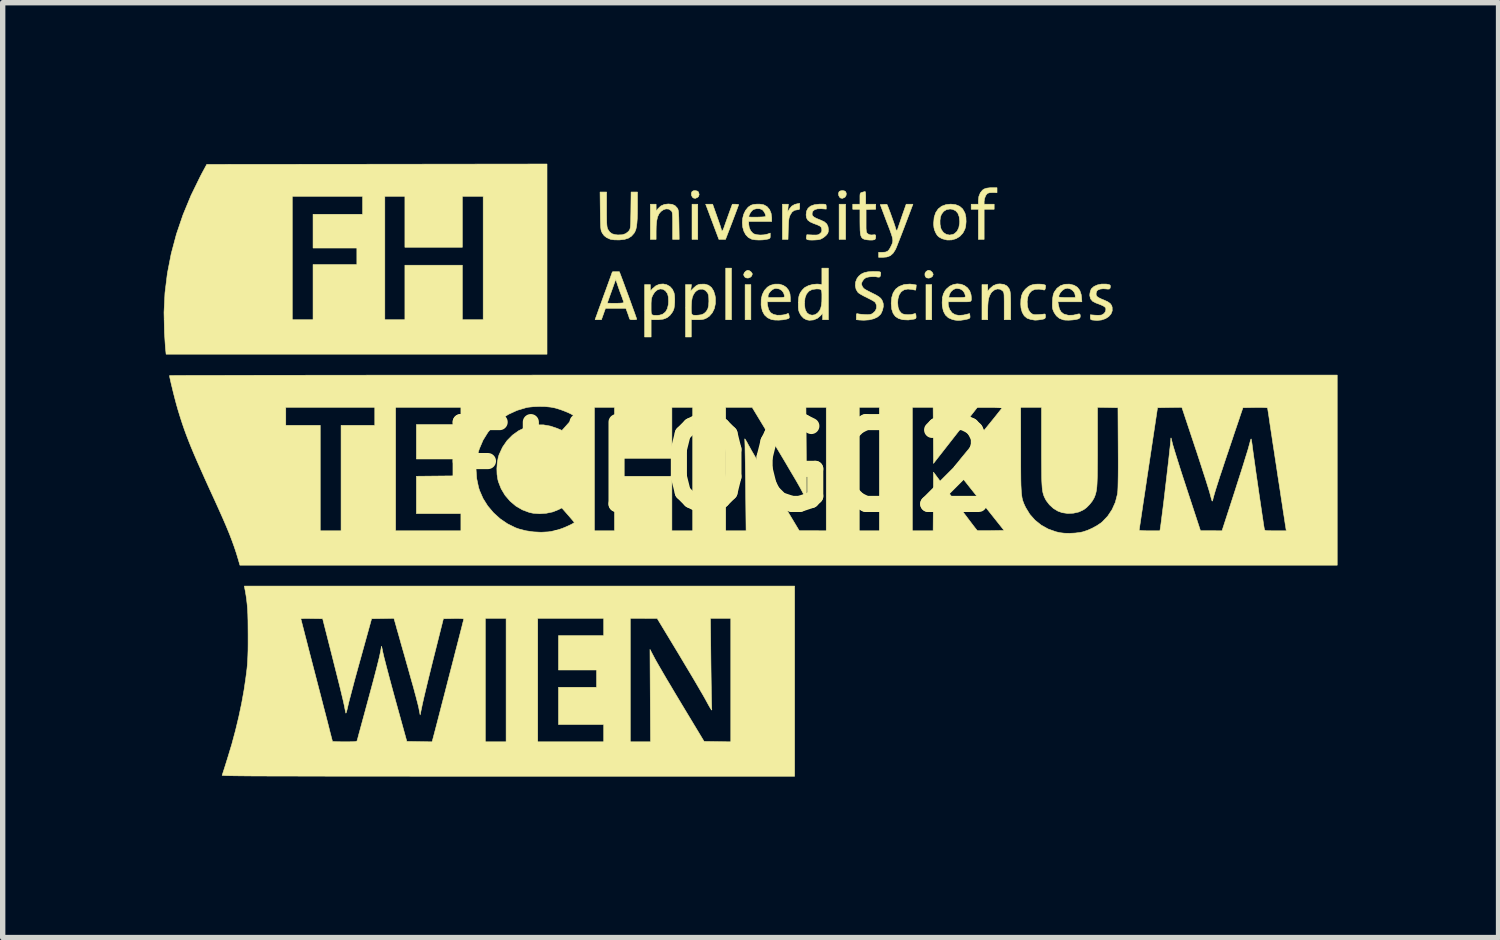
<source format=kicad_pcb>
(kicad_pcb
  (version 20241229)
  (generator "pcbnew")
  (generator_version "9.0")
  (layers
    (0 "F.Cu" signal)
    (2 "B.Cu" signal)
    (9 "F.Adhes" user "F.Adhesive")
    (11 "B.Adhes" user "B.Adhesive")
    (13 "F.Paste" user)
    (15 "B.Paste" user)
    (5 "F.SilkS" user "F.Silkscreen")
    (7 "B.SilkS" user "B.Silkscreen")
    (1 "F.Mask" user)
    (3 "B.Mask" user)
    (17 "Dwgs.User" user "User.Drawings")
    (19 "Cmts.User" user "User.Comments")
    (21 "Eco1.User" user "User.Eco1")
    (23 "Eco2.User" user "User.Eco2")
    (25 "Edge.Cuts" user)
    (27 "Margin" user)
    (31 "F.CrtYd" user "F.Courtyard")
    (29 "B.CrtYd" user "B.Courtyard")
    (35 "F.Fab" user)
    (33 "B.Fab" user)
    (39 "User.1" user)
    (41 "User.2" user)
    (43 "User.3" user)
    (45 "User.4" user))
  (footprint "FHLOGO2"
    (layer "F.Cu")
    (at 10.321 5.647)
    (property "Reference" "FHLOGO2" (at 0 0 0) (layer "F.SilkS") (effects (font (size 1.524 1.524) (thickness 0.3))))
    (attr through_hole)
    (fp_poly (pts (xy -0.374 -4.238) (xy -0.481 -4.238) (xy -0.481 -4.893) (xy -0.374 -4.893) (xy -0.374 -4.238)) (stroke (width 0.01) (type solid)) (fill yes) (layer "F.SilkS"))
    (fp_poly (pts (xy 0.254 -2.741) (xy 0.147 -2.741) (xy 0.147 -3.703) (xy 0.254 -3.703) (xy 0.254 -2.741)) (stroke (width 0.01) (type solid)) (fill yes) (layer "F.SilkS"))
    (fp_poly (pts (xy 0.615 -2.741) (xy 0.508 -2.741) (xy 0.508 -3.396) (xy 0.615 -3.396) (xy 0.615 -2.741)) (stroke (width 0.01) (type solid)) (fill yes) (layer "F.SilkS"))
    (fp_poly (pts (xy 2.38 -4.238) (xy 2.259 -4.238) (xy 2.259 -4.893) (xy 2.38 -4.893) (xy 2.38 -4.238)) (stroke (width 0.01) (type solid)) (fill yes) (layer "F.SilkS"))
    (fp_poly (pts (xy 3.984 -2.741) (xy 3.877 -2.741) (xy 3.877 -3.396) (xy 3.984 -3.396) (xy 3.984 -2.741)) (stroke (width 0.01) (type solid)) (fill yes) (layer "F.SilkS"))
    (fp_poly (pts (xy -0.378 -5.136) (xy -0.361 -5.121) (xy -0.348 -5.076) (xy -0.359 -5.038) (xy -0.377 -5.021) (xy -0.418 -5.002) (xy -0.453 -5.008) (xy -0.473 -5.024) (xy -0.491 -5.059) (xy -0.493 -5.098) (xy -0.48 -5.13) (xy -0.479 -5.131) (xy -0.45 -5.145) (xy -0.412 -5.146) (xy -0.378 -5.136)) (stroke (width 0.01) (type solid)) (fill yes) (layer "F.SilkS"))
    (fp_poly (pts (xy 0.591 -3.653) (xy 0.62 -3.631) (xy 0.639 -3.604) (xy 0.642 -3.592) (xy 0.63 -3.556) (xy 0.601 -3.53) (xy 0.563 -3.517) (xy 0.525 -3.522) (xy 0.502 -3.537) (xy 0.485 -3.565) (xy 0.481 -3.584) (xy 0.493 -3.616) (xy 0.52 -3.646) (xy 0.553 -3.662) (xy 0.561 -3.663) (xy 0.591 -3.653)) (stroke (width 0.01) (type solid)) (fill yes) (layer "F.SilkS"))
    (fp_poly (pts (xy 2.354 -5.142) (xy 2.377 -5.131) (xy 2.392 -5.099) (xy 2.39 -5.061) (xy 2.371 -5.027) (xy 2.363 -5.021) (xy 2.322 -5.002) (xy 2.287 -5.008) (xy 2.268 -5.024) (xy 2.25 -5.059) (xy 2.247 -5.098) (xy 2.261 -5.13) (xy 2.262 -5.131) (xy 2.286 -5.142) (xy 2.319 -5.147) (xy 2.354 -5.142)) (stroke (width 0.01) (type solid)) (fill yes) (layer "F.SilkS"))
    (fp_poly (pts (xy 3.963 -3.652) (xy 3.993 -3.626) (xy 4.009 -3.594) (xy 4.011 -3.585) (xy 3.999 -3.552) (xy 3.969 -3.528) (xy 3.931 -3.516) (xy 3.893 -3.521) (xy 3.881 -3.526) (xy 3.866 -3.546) (xy 3.857 -3.572) (xy 3.859 -3.609) (xy 3.881 -3.642) (xy 3.915 -3.661) (xy 3.93 -3.663) (xy 3.963 -3.652)) (stroke (width 0.01) (type solid)) (fill yes) (layer "F.SilkS"))
    (fp_poly (pts (xy 5.2 -5.108) (xy 5.122 -5.11) (xy 5.06 -5.107) (xy 5.022 -5.095) (xy 5.019 -5.093) (xy 4.99 -5.055) (xy 4.969 -5.002) (xy 4.96 -4.945) (xy 4.96 -4.94) (xy 4.96 -4.893) (xy 5.147 -4.893) (xy 5.147 -4.799) (xy 4.96 -4.799) (xy 4.96 -4.238) (xy 4.853 -4.238) (xy 4.853 -4.799) (xy 4.719 -4.799) (xy 4.719 -4.893) (xy 4.853 -4.893) (xy 4.853 -4.964) (xy 4.862 -5.039) (xy 4.889 -5.105) (xy 4.93 -5.156) (xy 4.959 -5.176) (xy 5.006 -5.192) (xy 5.07 -5.2) (xy 5.103 -5.2) (xy 5.2 -5.2) (xy 5.2 -5.108)) (stroke (width 0.01) (type solid)) (fill yes) (layer "F.SilkS"))
    (fp_poly (pts (xy 1.524 -4.85) (xy 1.523 -4.813) (xy 1.516 -4.796) (xy 1.498 -4.791) (xy 1.484 -4.79) (xy 1.427 -4.78) (xy 1.382 -4.747) (xy 1.348 -4.694) (xy 1.336 -4.665) (xy 1.327 -4.635) (xy 1.321 -4.597) (xy 1.317 -4.545) (xy 1.314 -4.474) (xy 1.312 -4.435) (xy 1.307 -4.238) (xy 1.203 -4.238) (xy 1.203 -4.893) (xy 1.314 -4.893) (xy 1.307 -4.826) (xy 1.304 -4.788) (xy 1.303 -4.764) (xy 1.304 -4.759) (xy 1.312 -4.769) (xy 1.329 -4.795) (xy 1.334 -4.805) (xy 1.376 -4.857) (xy 1.431 -4.889) (xy 1.474 -4.9) (xy 1.524 -4.909) (xy 1.524 -4.85)) (stroke (width 0.01) (type solid)) (fill yes) (layer "F.SilkS"))
    (fp_poly (pts (xy -0.015 -4.662) (xy 0.011 -4.588) (xy 0.034 -4.522) (xy 0.052 -4.468) (xy 0.063 -4.431) (xy 0.067 -4.416) (xy 0.075 -4.395) (xy 0.078 -4.393) (xy 0.088 -4.401) (xy 0.102 -4.428) (xy 0.119 -4.47) (xy 0.12 -4.475) (xy 0.137 -4.524) (xy 0.16 -4.589) (xy 0.186 -4.662) (xy 0.21 -4.729) (xy 0.27 -4.893) (xy 0.329 -4.893) (xy 0.364 -4.891) (xy 0.385 -4.887) (xy 0.388 -4.884) (xy 0.383 -4.87) (xy 0.37 -4.834) (xy 0.35 -4.78) (xy 0.324 -4.711) (xy 0.294 -4.632) (xy 0.266 -4.557) (xy 0.143 -4.238) (xy 0.02 -4.238) (xy -0.077 -4.495) (xy -0.108 -4.578) (xy -0.138 -4.657) (xy -0.164 -4.727) (xy -0.185 -4.783) (xy -0.199 -4.82) (xy -0.2 -4.823) (xy -0.227 -4.893) (xy -0.097 -4.893) (xy -0.015 -4.662)) (stroke (width 0.01) (type solid)) (fill yes) (layer "F.SilkS"))
    (fp_poly (pts (xy -0.851 -4.891) (xy -0.797 -4.866) (xy -0.755 -4.821) (xy -0.752 -4.816) (xy -0.744 -4.801) (xy -0.738 -4.779) (xy -0.733 -4.748) (xy -0.73 -4.703) (xy -0.727 -4.641) (xy -0.725 -4.558) (xy -0.724 -4.509) (xy -0.72 -4.238) (xy -0.842 -4.238) (xy -0.842 -4.492) (xy -0.842 -4.581) (xy -0.843 -4.647) (xy -0.845 -4.694) (xy -0.848 -4.727) (xy -0.853 -4.748) (xy -0.86 -4.762) (xy -0.869 -4.772) (xy -0.914 -4.802) (xy -0.965 -4.806) (xy -1.012 -4.791) (xy -1.059 -4.759) (xy -1.095 -4.716) (xy -1.122 -4.658) (xy -1.139 -4.582) (xy -1.148 -4.484) (xy -1.15 -4.391) (xy -1.15 -4.238) (xy -1.257 -4.238) (xy -1.257 -4.893) (xy -1.15 -4.893) (xy -1.149 -4.766) (xy -1.115 -4.81) (xy -1.062 -4.86) (xy -0.997 -4.889) (xy -0.922 -4.898) (xy -0.851 -4.891)) (stroke (width 0.01) (type solid)) (fill yes) (layer "F.SilkS"))
    (fp_poly (pts (xy 5.328 -3.4) (xy 5.384 -3.371) (xy 5.423 -3.323) (xy 5.428 -3.313) (xy 5.437 -3.289) (xy 5.444 -3.264) (xy 5.448 -3.231) (xy 5.451 -3.186) (xy 5.453 -3.126) (xy 5.454 -3.046) (xy 5.454 -2.998) (xy 5.454 -2.741) (xy 5.334 -2.741) (xy 5.334 -2.995) (xy 5.334 -3.084) (xy 5.333 -3.149) (xy 5.332 -3.196) (xy 5.329 -3.228) (xy 5.324 -3.25) (xy 5.317 -3.264) (xy 5.307 -3.276) (xy 5.301 -3.283) (xy 5.257 -3.31) (xy 5.206 -3.315) (xy 5.154 -3.298) (xy 5.106 -3.26) (xy 5.088 -3.237) (xy 5.064 -3.194) (xy 5.047 -3.146) (xy 5.035 -3.085) (xy 5.029 -3.008) (xy 5.027 -2.909) (xy 5.027 -2.904) (xy 5.027 -2.741) (xy 4.92 -2.741) (xy 4.92 -3.396) (xy 5.027 -3.396) (xy 5.027 -3.274) (xy 5.07 -3.324) (xy 5.13 -3.376) (xy 5.2 -3.404) (xy 5.254 -3.409) (xy 5.328 -3.4)) (stroke (width 0.01) (type solid)) (fill yes) (layer "F.SilkS"))
    (fp_poly (pts (xy 3.624 -3.401) (xy 3.696 -3.389) (xy 3.692 -3.342) (xy 3.688 -3.311) (xy 3.685 -3.294) (xy 3.685 -3.293) (xy 3.672 -3.294) (xy 3.641 -3.3) (xy 3.621 -3.305) (xy 3.539 -3.313) (xy 3.47 -3.299) (xy 3.416 -3.263) (xy 3.377 -3.206) (xy 3.355 -3.129) (xy 3.35 -3.061) (xy 3.357 -2.974) (xy 3.381 -2.908) (xy 3.42 -2.863) (xy 3.443 -2.85) (xy 3.486 -2.839) (xy 3.542 -2.835) (xy 3.599 -2.838) (xy 3.644 -2.848) (xy 3.671 -2.857) (xy 3.684 -2.854) (xy 3.689 -2.833) (xy 3.692 -2.808) (xy 3.692 -2.777) (xy 3.681 -2.761) (xy 3.656 -2.753) (xy 3.546 -2.737) (xy 3.446 -2.742) (xy 3.367 -2.764) (xy 3.307 -2.803) (xy 3.265 -2.86) (xy 3.239 -2.938) (xy 3.23 -3.036) (xy 3.229 -3.049) (xy 3.239 -3.156) (xy 3.266 -3.243) (xy 3.312 -3.312) (xy 3.377 -3.362) (xy 3.461 -3.394) (xy 3.478 -3.398) (xy 3.577 -3.406) (xy 3.624 -3.401)) (stroke (width 0.01) (type solid)) (fill yes) (layer "F.SilkS"))
    (fp_poly (pts (xy -3.182 -2.099) (xy -10.277 -2.099) (xy -10.284 -2.169) (xy -10.288 -2.204) (xy -10.292 -2.26) (xy -10.297 -2.333) (xy -10.302 -2.415) (xy -10.308 -2.504) (xy -10.308 -2.516) (xy -10.316 -2.879) (xy -10.298 -3.243) (xy -10.253 -3.607) (xy -10.182 -3.971) (xy -10.085 -4.335) (xy -9.962 -4.696) (xy -9.82 -5.04) (xy -7.927 -5.04) (xy -7.927 -2.741) (xy -7.54 -2.741) (xy -7.54 -3.77) (xy -6.724 -3.77) (xy -6.724 -4.077) (xy -7.54 -4.077) (xy -7.54 -4.706) (xy -6.617 -4.706) (xy -6.617 -5.04) (xy -6.203 -5.04) (xy -6.203 -2.741) (xy -5.829 -2.741) (xy -5.829 -3.757) (xy -4.759 -3.757) (xy -4.759 -2.741) (xy -4.371 -2.741) (xy -4.371 -5.04) (xy -4.759 -5.04) (xy -4.759 -4.091) (xy -5.829 -4.091) (xy -5.829 -5.04) (xy -6.203 -5.04) (xy -6.617 -5.04) (xy -7.927 -5.04) (xy -9.82 -5.04) (xy -9.814 -5.055) (xy -9.64 -5.411) (xy -9.614 -5.461) (xy -9.52 -5.635) (xy -6.351 -5.638) (xy -3.182 -5.642) (xy -3.182 -2.099)) (stroke (width 0.01) (type solid)) (fill yes) (layer "F.SilkS"))
    (fp_poly (pts (xy 2.749 -5.119) (xy 2.752 -5.093) (xy 2.754 -5.048) (xy 2.754 -5.015) (xy 2.754 -4.893) (xy 2.941 -4.893) (xy 2.941 -4.8) (xy 2.851 -4.797) (xy 2.761 -4.793) (xy 2.761 -4.581) (xy 2.761 -4.501) (xy 2.761 -4.444) (xy 2.764 -4.405) (xy 2.767 -4.379) (xy 2.774 -4.363) (xy 2.783 -4.351) (xy 2.794 -4.342) (xy 2.826 -4.324) (xy 2.865 -4.32) (xy 2.884 -4.322) (xy 2.92 -4.325) (xy 2.936 -4.32) (xy 2.941 -4.302) (xy 2.941 -4.284) (xy 2.935 -4.248) (xy 2.92 -4.233) (xy 2.883 -4.226) (xy 2.832 -4.225) (xy 2.778 -4.23) (xy 2.732 -4.239) (xy 2.719 -4.244) (xy 2.695 -4.257) (xy 2.677 -4.277) (xy 2.664 -4.306) (xy 2.655 -4.349) (xy 2.65 -4.408) (xy 2.648 -4.487) (xy 2.647 -4.574) (xy 2.647 -4.799) (xy 2.513 -4.799) (xy 2.513 -4.893) (xy 2.647 -4.893) (xy 2.647 -4.998) (xy 2.647 -5.051) (xy 2.65 -5.083) (xy 2.657 -5.101) (xy 2.668 -5.109) (xy 2.679 -5.112) (xy 2.713 -5.122) (xy 2.733 -5.128) (xy 2.743 -5.129) (xy 2.749 -5.119)) (stroke (width 0.01) (type solid)) (fill yes) (layer "F.SilkS"))
    (fp_poly (pts (xy 3.483 -4.494) (xy 3.445 -4.394) (xy 3.409 -4.301) (xy 3.376 -4.217) (xy 3.348 -4.146) (xy 3.327 -4.092) (xy 3.312 -4.058) (xy 3.308 -4.049) (xy 3.264 -3.98) (xy 3.212 -3.934) (xy 3.146 -3.91) (xy 3.075 -3.904) (xy 2.995 -3.904) (xy 2.995 -3.997) (xy 3.062 -3.997) (xy 3.12 -4.001) (xy 3.16 -4.016) (xy 3.19 -4.046) (xy 3.21 -4.08) (xy 3.23 -4.119) (xy 3.245 -4.152) (xy 3.255 -4.181) (xy 3.259 -4.21) (xy 3.257 -4.244) (xy 3.248 -4.285) (xy 3.231 -4.338) (xy 3.207 -4.406) (xy 3.174 -4.493) (xy 3.148 -4.559) (xy 3.025 -4.886) (xy 3.085 -4.89) (xy 3.122 -4.891) (xy 3.147 -4.89) (xy 3.151 -4.888) (xy 3.158 -4.873) (xy 3.172 -4.838) (xy 3.191 -4.788) (xy 3.214 -4.728) (xy 3.237 -4.663) (xy 3.26 -4.599) (xy 3.281 -4.54) (xy 3.297 -4.492) (xy 3.307 -4.46) (xy 3.308 -4.453) (xy 3.32 -4.417) (xy 3.333 -4.405) (xy 3.345 -4.417) (xy 3.349 -4.428) (xy 3.356 -4.45) (xy 3.37 -4.493) (xy 3.39 -4.551) (xy 3.413 -4.62) (xy 3.432 -4.676) (xy 3.508 -4.893) (xy 3.634 -4.893) (xy 3.483 -4.494)) (stroke (width 0.01) (type solid)) (fill yes) (layer "F.SilkS"))
    (fp_poly (pts (xy 4.429 -4.885) (xy 4.503 -4.855) (xy 4.56 -4.805) (xy 4.6 -4.734) (xy 4.605 -4.721) (xy 4.621 -4.649) (xy 4.624 -4.566) (xy 4.616 -4.483) (xy 4.603 -4.432) (xy 4.564 -4.355) (xy 4.507 -4.294) (xy 4.436 -4.251) (xy 4.356 -4.228) (xy 4.271 -4.226) (xy 4.185 -4.248) (xy 4.161 -4.259) (xy 4.117 -4.284) (xy 4.087 -4.313) (xy 4.061 -4.356) (xy 4.056 -4.366) (xy 4.036 -4.413) (xy 4.025 -4.458) (xy 4.02 -4.513) (xy 4.02 -4.542) (xy 4.024 -4.589) (xy 4.138 -4.589) (xy 4.139 -4.519) (xy 4.151 -4.454) (xy 4.163 -4.42) (xy 4.203 -4.365) (xy 4.256 -4.331) (xy 4.317 -4.319) (xy 4.379 -4.33) (xy 4.409 -4.345) (xy 4.456 -4.389) (xy 4.488 -4.453) (xy 4.503 -4.535) (xy 4.505 -4.572) (xy 4.496 -4.658) (xy 4.471 -4.725) (xy 4.429 -4.772) (xy 4.372 -4.798) (xy 4.325 -4.804) (xy 4.26 -4.793) (xy 4.207 -4.76) (xy 4.165 -4.705) (xy 4.146 -4.654) (xy 4.138 -4.589) (xy 4.024 -4.589) (xy 4.029 -4.648) (xy 4.058 -4.736) (xy 4.105 -4.806) (xy 4.169 -4.856) (xy 4.251 -4.886) (xy 4.338 -4.895) (xy 4.429 -4.885)) (stroke (width 0.01) (type solid)) (fill yes) (layer "F.SilkS"))
    (fp_poly (pts (xy -0.175 -3.385) (xy -0.119 -3.342) (xy -0.078 -3.277) (xy -0.052 -3.191) (xy -0.045 -3.146) (xy -0.045 -3.044) (xy -0.065 -2.95) (xy -0.104 -2.87) (xy -0.16 -2.806) (xy -0.214 -2.771) (xy -0.253 -2.754) (xy -0.295 -2.745) (xy -0.35 -2.741) (xy -0.384 -2.741) (xy -0.495 -2.741) (xy -0.495 -2.42) (xy -0.602 -2.42) (xy -0.602 -2.963) (xy -0.495 -2.963) (xy -0.494 -2.9) (xy -0.49 -2.859) (xy -0.478 -2.836) (xy -0.454 -2.826) (xy -0.415 -2.824) (xy -0.371 -2.826) (xy -0.304 -2.835) (xy -0.258 -2.856) (xy -0.257 -2.856) (xy -0.215 -2.896) (xy -0.187 -2.943) (xy -0.172 -3.003) (xy -0.167 -3.083) (xy -0.167 -3.088) (xy -0.169 -3.152) (xy -0.174 -3.197) (xy -0.185 -3.23) (xy -0.193 -3.245) (xy -0.233 -3.289) (xy -0.283 -3.311) (xy -0.337 -3.31) (xy -0.389 -3.287) (xy -0.426 -3.253) (xy -0.456 -3.208) (xy -0.477 -3.154) (xy -0.489 -3.086) (xy -0.494 -3) (xy -0.495 -2.963) (xy -0.602 -2.963) (xy -0.602 -3.396) (xy -0.491 -3.396) (xy -0.507 -3.277) (xy -0.449 -3.335) (xy -0.406 -3.373) (xy -0.368 -3.394) (xy -0.33 -3.403) (xy -0.246 -3.405) (xy -0.175 -3.385)) (stroke (width 0.01) (type solid)) (fill yes) (layer "F.SilkS"))
    (fp_poly (pts (xy -0.953 -3.394) (xy -0.893 -3.361) (xy -0.846 -3.309) (xy -0.815 -3.24) (xy -0.807 -3.193) (xy -0.803 -3.129) (xy -0.804 -3.064) (xy -0.809 -3) (xy -0.816 -2.954) (xy -0.829 -2.917) (xy -0.846 -2.884) (xy -0.892 -2.823) (xy -0.946 -2.78) (xy -1.015 -2.753) (xy -1.102 -2.742) (xy -1.145 -2.741) (xy -1.243 -2.741) (xy -1.243 -2.42) (xy -1.364 -2.42) (xy -1.364 -2.986) (xy -1.243 -2.986) (xy -1.243 -2.918) (xy -1.241 -2.873) (xy -1.233 -2.845) (xy -1.218 -2.83) (xy -1.191 -2.824) (xy -1.15 -2.823) (xy -1.136 -2.822) (xy -1.085 -2.827) (xy -1.037 -2.841) (xy -1.029 -2.844) (xy -0.976 -2.885) (xy -0.94 -2.947) (xy -0.921 -3.028) (xy -0.918 -3.087) (xy -0.922 -3.166) (xy -0.936 -3.222) (xy -0.94 -3.231) (xy -0.978 -3.282) (xy -1.025 -3.31) (xy -1.076 -3.315) (xy -1.127 -3.297) (xy -1.174 -3.258) (xy -1.21 -3.203) (xy -1.225 -3.17) (xy -1.235 -3.138) (xy -1.24 -3.101) (xy -1.243 -3.051) (xy -1.243 -2.986) (xy -1.364 -2.986) (xy -1.364 -3.396) (xy -1.257 -3.396) (xy -1.257 -3.274) (xy -1.213 -3.324) (xy -1.154 -3.374) (xy -1.088 -3.402) (xy -1.019 -3.408) (xy -0.953 -3.394)) (stroke (width 0.01) (type solid)) (fill yes) (layer "F.SilkS"))
    (fp_poly (pts (xy 2.059 -2.741) (xy 1.952 -2.741) (xy 1.952 -2.863) (xy 1.916 -2.82) (xy 1.855 -2.768) (xy 1.783 -2.738) (xy 1.705 -2.731) (xy 1.652 -2.741) (xy 1.599 -2.769) (xy 1.552 -2.817) (xy 1.518 -2.878) (xy 1.516 -2.883) (xy 1.504 -2.923) (xy 1.499 -2.973) (xy 1.499 -3.038) (xy 1.499 -3.064) (xy 1.615 -3.064) (xy 1.617 -3.008) (xy 1.623 -2.955) (xy 1.631 -2.922) (xy 1.66 -2.871) (xy 1.703 -2.838) (xy 1.755 -2.826) (xy 1.809 -2.835) (xy 1.855 -2.864) (xy 1.89 -2.903) (xy 1.914 -2.949) (xy 1.929 -3.007) (xy 1.937 -3.082) (xy 1.938 -3.15) (xy 1.938 -3.219) (xy 1.935 -3.265) (xy 1.927 -3.294) (xy 1.911 -3.309) (xy 1.884 -3.314) (xy 1.843 -3.315) (xy 1.834 -3.315) (xy 1.757 -3.305) (xy 1.696 -3.273) (xy 1.651 -3.22) (xy 1.624 -3.149) (xy 1.615 -3.064) (xy 1.499 -3.064) (xy 1.499 -3.065) (xy 1.503 -3.129) (xy 1.51 -3.176) (xy 1.521 -3.212) (xy 1.538 -3.246) (xy 1.54 -3.25) (xy 1.572 -3.294) (xy 1.611 -3.334) (xy 1.627 -3.346) (xy 1.691 -3.378) (xy 1.769 -3.399) (xy 1.847 -3.406) (xy 1.88 -3.404) (xy 1.938 -3.396) (xy 1.938 -3.703) (xy 2.059 -3.703) (xy 2.059 -2.741)) (stroke (width 0.01) (type solid)) (fill yes) (layer "F.SilkS"))
    (fp_poly (pts (xy -2.072 -4.796) (xy -2.072 -4.692) (xy -2.071 -4.611) (xy -2.07 -4.55) (xy -2.067 -4.505) (xy -2.063 -4.472) (xy -2.058 -4.448) (xy -2.051 -4.43) (xy -2.049 -4.426) (xy -2.015 -4.376) (xy -1.971 -4.343) (xy -1.911 -4.326) (xy -1.861 -4.321) (xy -1.78 -4.324) (xy -1.717 -4.345) (xy -1.668 -4.383) (xy -1.652 -4.402) (xy -1.643 -4.416) (xy -1.637 -4.431) (xy -1.632 -4.452) (xy -1.628 -4.482) (xy -1.625 -4.525) (xy -1.623 -4.584) (xy -1.622 -4.662) (xy -1.62 -4.763) (xy -1.62 -4.78) (xy -1.616 -5.12) (xy -1.497 -5.12) (xy -1.497 -4.849) (xy -1.498 -4.725) (xy -1.501 -4.624) (xy -1.507 -4.543) (xy -1.515 -4.478) (xy -1.526 -4.427) (xy -1.542 -4.386) (xy -1.561 -4.352) (xy -1.562 -4.351) (xy -1.609 -4.298) (xy -1.666 -4.261) (xy -1.738 -4.238) (xy -1.83 -4.228) (xy -1.838 -4.228) (xy -1.925 -4.229) (xy -1.988 -4.237) (xy -2.008 -4.243) (xy -2.072 -4.272) (xy -2.117 -4.307) (xy -2.152 -4.354) (xy -2.155 -4.362) (xy -2.165 -4.38) (xy -2.172 -4.399) (xy -2.177 -4.422) (xy -2.181 -4.453) (xy -2.184 -4.494) (xy -2.186 -4.551) (xy -2.188 -4.625) (xy -2.189 -4.722) (xy -2.19 -4.769) (xy -2.194 -5.12) (xy -2.072 -5.12) (xy -2.072 -4.796)) (stroke (width 0.01) (type solid)) (fill yes) (layer "F.SilkS"))
    (fp_poly (pts (xy 6.025 -3.403) (xy 6.07 -3.397) (xy 6.097 -3.387) (xy 6.102 -3.383) (xy 6.105 -3.363) (xy 6.101 -3.331) (xy 6.101 -3.329) (xy 6.091 -3.3) (xy 6.077 -3.294) (xy 6.071 -3.296) (xy 6.045 -3.302) (xy 6.005 -3.308) (xy 5.982 -3.311) (xy 5.908 -3.307) (xy 5.848 -3.281) (xy 5.803 -3.234) (xy 5.774 -3.167) (xy 5.762 -3.082) (xy 5.762 -3.071) (xy 5.768 -2.987) (xy 5.787 -2.924) (xy 5.821 -2.876) (xy 5.837 -2.862) (xy 5.861 -2.846) (xy 5.887 -2.837) (xy 5.923 -2.835) (xy 5.969 -2.837) (xy 6.019 -2.841) (xy 6.06 -2.845) (xy 6.083 -2.849) (xy 6.083 -2.849) (xy 6.097 -2.845) (xy 6.102 -2.822) (xy 6.103 -2.808) (xy 6.099 -2.776) (xy 6.085 -2.76) (xy 6.063 -2.753) (xy 6.016 -2.744) (xy 5.965 -2.737) (xy 5.92 -2.734) (xy 5.895 -2.735) (xy 5.869 -2.74) (xy 5.832 -2.746) (xy 5.826 -2.747) (xy 5.76 -2.77) (xy 5.707 -2.815) (xy 5.669 -2.88) (xy 5.647 -2.962) (xy 5.642 -3.032) (xy 5.645 -3.121) (xy 5.657 -3.19) (xy 5.68 -3.246) (xy 5.716 -3.296) (xy 5.735 -3.317) (xy 5.78 -3.356) (xy 5.821 -3.38) (xy 5.871 -3.396) (xy 5.872 -3.396) (xy 5.919 -3.403) (xy 5.973 -3.405) (xy 6.025 -3.403)) (stroke (width 0.01) (type solid)) (fill yes) (layer "F.SilkS"))
    (fp_poly (pts (xy 7.232 -3.406) (xy 7.251 -3.403) (xy 7.29 -3.395) (xy 7.308 -3.384) (xy 7.312 -3.366) (xy 7.312 -3.365) (xy 7.307 -3.33) (xy 7.29 -3.313) (xy 7.255 -3.312) (xy 7.235 -3.315) (xy 7.176 -3.319) (xy 7.121 -3.312) (xy 7.079 -3.295) (xy 7.062 -3.28) (xy 7.049 -3.249) (xy 7.045 -3.22) (xy 7.05 -3.194) (xy 7.065 -3.172) (xy 7.096 -3.151) (xy 7.146 -3.127) (xy 7.193 -3.108) (xy 7.261 -3.077) (xy 7.307 -3.045) (xy 7.334 -3.008) (xy 7.345 -2.973) (xy 7.346 -2.907) (xy 7.323 -2.849) (xy 7.28 -2.8) (xy 7.221 -2.762) (xy 7.148 -2.737) (xy 7.064 -2.728) (xy 6.974 -2.736) (xy 6.968 -2.737) (xy 6.947 -2.746) (xy 6.939 -2.769) (xy 6.938 -2.788) (xy 6.938 -2.834) (xy 7.028 -2.826) (xy 7.085 -2.824) (xy 7.132 -2.827) (xy 7.155 -2.832) (xy 7.196 -2.859) (xy 7.222 -2.898) (xy 7.228 -2.941) (xy 7.227 -2.949) (xy 7.219 -2.967) (xy 7.203 -2.983) (xy 7.174 -3.001) (xy 7.129 -3.021) (xy 7.064 -3.046) (xy 7.041 -3.054) (xy 6.98 -3.086) (xy 6.943 -3.131) (xy 6.928 -3.189) (xy 6.929 -3.223) (xy 6.938 -3.269) (xy 6.953 -3.309) (xy 6.959 -3.319) (xy 7.006 -3.361) (xy 7.071 -3.39) (xy 7.148 -3.406) (xy 7.232 -3.406)) (stroke (width 0.01) (type solid)) (fill yes) (layer "F.SilkS"))
    (fp_poly (pts (xy 1.218 -3.382) (xy 1.275 -3.344) (xy 1.319 -3.289) (xy 1.344 -3.221) (xy 1.35 -3.149) (xy 1.35 -3.075) (xy 0.919 -3.075) (xy 0.927 -3.005) (xy 0.946 -2.93) (xy 0.981 -2.875) (xy 1.035 -2.841) (xy 1.107 -2.825) (xy 1.166 -2.826) (xy 1.216 -2.831) (xy 1.26 -2.84) (xy 1.284 -2.848) (xy 1.305 -2.858) (xy 1.317 -2.855) (xy 1.324 -2.833) (xy 1.328 -2.811) (xy 1.331 -2.783) (xy 1.322 -2.767) (xy 1.295 -2.757) (xy 1.286 -2.754) (xy 1.214 -2.74) (xy 1.134 -2.734) (xy 1.057 -2.736) (xy 0.999 -2.745) (xy 0.925 -2.779) (xy 0.868 -2.832) (xy 0.829 -2.906) (xy 0.808 -3) (xy 0.806 -3.02) (xy 0.808 -3.121) (xy 0.823 -3.188) (xy 0.936 -3.188) (xy 0.936 -3.155) (xy 1.09 -3.155) (xy 1.157 -3.155) (xy 1.202 -3.157) (xy 1.228 -3.161) (xy 1.241 -3.168) (xy 1.243 -3.175) (xy 1.238 -3.201) (xy 1.226 -3.237) (xy 1.224 -3.243) (xy 1.192 -3.286) (xy 1.144 -3.315) (xy 1.087 -3.325) (xy 1.062 -3.323) (xy 1.022 -3.306) (xy 0.983 -3.273) (xy 0.952 -3.234) (xy 0.936 -3.196) (xy 0.936 -3.188) (xy 0.823 -3.188) (xy 0.829 -3.211) (xy 0.868 -3.288) (xy 0.923 -3.348) (xy 0.978 -3.382) (xy 1.061 -3.405) (xy 1.142 -3.405) (xy 1.218 -3.382)) (stroke (width 0.01) (type solid)) (fill yes) (layer "F.SilkS"))
    (fp_poly (pts (xy 1.997 -4.892) (xy 2.014 -4.884) (xy 2.018 -4.863) (xy 2.019 -4.848) (xy 2.019 -4.802) (xy 1.934 -4.809) (xy 1.859 -4.808) (xy 1.804 -4.792) (xy 1.769 -4.762) (xy 1.759 -4.739) (xy 1.755 -4.706) (xy 1.764 -4.679) (xy 1.789 -4.655) (xy 1.832 -4.631) (xy 1.898 -4.604) (xy 1.914 -4.598) (xy 1.984 -4.565) (xy 2.029 -4.525) (xy 2.053 -4.473) (xy 2.059 -4.422) (xy 2.056 -4.379) (xy 2.046 -4.349) (xy 2.022 -4.319) (xy 2.008 -4.305) (xy 1.967 -4.271) (xy 1.922 -4.246) (xy 1.905 -4.239) (xy 1.862 -4.231) (xy 1.808 -4.227) (xy 1.753 -4.225) (xy 1.703 -4.227) (xy 1.668 -4.233) (xy 1.66 -4.236) (xy 1.647 -4.259) (xy 1.65 -4.286) (xy 1.658 -4.325) (xy 1.762 -4.32) (xy 1.817 -4.319) (xy 1.853 -4.321) (xy 1.878 -4.329) (xy 1.901 -4.344) (xy 1.902 -4.345) (xy 1.929 -4.372) (xy 1.937 -4.403) (xy 1.936 -4.423) (xy 1.931 -4.449) (xy 1.92 -4.47) (xy 1.898 -4.488) (xy 1.86 -4.506) (xy 1.802 -4.528) (xy 1.789 -4.532) (xy 1.721 -4.563) (xy 1.676 -4.597) (xy 1.652 -4.64) (xy 1.644 -4.694) (xy 1.644 -4.695) (xy 1.653 -4.765) (xy 1.681 -4.819) (xy 1.728 -4.858) (xy 1.796 -4.883) (xy 1.885 -4.894) (xy 1.962 -4.895) (xy 1.997 -4.892)) (stroke (width 0.01) (type solid)) (fill yes) (layer "F.SilkS"))
    (fp_poly (pts (xy 6.553 -3.404) (xy 6.635 -3.384) (xy 6.698 -3.345) (xy 6.742 -3.287) (xy 6.768 -3.21) (xy 6.774 -3.162) (xy 6.781 -3.075) (xy 6.334 -3.075) (xy 6.344 -3.018) (xy 6.362 -2.943) (xy 6.391 -2.89) (xy 6.434 -2.854) (xy 6.449 -2.846) (xy 6.53 -2.824) (xy 6.62 -2.827) (xy 6.675 -2.839) (xy 6.717 -2.85) (xy 6.74 -2.849) (xy 6.749 -2.834) (xy 6.751 -2.806) (xy 6.745 -2.778) (xy 6.723 -2.761) (xy 6.708 -2.755) (xy 6.662 -2.744) (xy 6.602 -2.737) (xy 6.537 -2.733) (xy 6.478 -2.734) (xy 6.435 -2.739) (xy 6.435 -2.739) (xy 6.361 -2.768) (xy 6.306 -2.814) (xy 6.265 -2.874) (xy 6.248 -2.911) (xy 6.237 -2.942) (xy 6.232 -2.976) (xy 6.231 -3.021) (xy 6.233 -3.075) (xy 6.237 -3.147) (xy 6.241 -3.169) (xy 6.35 -3.169) (xy 6.363 -3.162) (xy 6.4 -3.158) (xy 6.46 -3.155) (xy 6.504 -3.155) (xy 6.657 -3.155) (xy 6.657 -3.192) (xy 6.645 -3.241) (xy 6.613 -3.283) (xy 6.567 -3.315) (xy 6.514 -3.329) (xy 6.508 -3.329) (xy 6.461 -3.317) (xy 6.416 -3.286) (xy 6.378 -3.243) (xy 6.354 -3.196) (xy 6.35 -3.169) (xy 6.241 -3.169) (xy 6.246 -3.199) (xy 6.259 -3.24) (xy 6.267 -3.257) (xy 6.317 -3.327) (xy 6.383 -3.376) (xy 6.461 -3.402) (xy 6.549 -3.405) (xy 6.553 -3.404)) (stroke (width 0.01) (type solid)) (fill yes) (layer "F.SilkS"))
    (fp_poly (pts (xy 0.785 -4.894) (xy 0.842 -4.885) (xy 0.858 -4.881) (xy 0.917 -4.848) (xy 0.963 -4.794) (xy 0.992 -4.724) (xy 1.003 -4.642) (xy 1.003 -4.639) (xy 1.003 -4.572) (xy 0.575 -4.572) (xy 0.575 -4.522) (xy 0.585 -4.456) (xy 0.612 -4.397) (xy 0.651 -4.354) (xy 0.672 -4.34) (xy 0.725 -4.325) (xy 0.791 -4.319) (xy 0.861 -4.323) (xy 0.922 -4.336) (xy 0.926 -4.337) (xy 0.976 -4.355) (xy 0.976 -4.304) (xy 0.975 -4.274) (xy 0.966 -4.257) (xy 0.945 -4.247) (xy 0.908 -4.239) (xy 0.841 -4.229) (xy 0.766 -4.226) (xy 0.694 -4.23) (xy 0.636 -4.24) (xy 0.63 -4.242) (xy 0.568 -4.274) (xy 0.519 -4.326) (xy 0.484 -4.392) (xy 0.463 -4.467) (xy 0.456 -4.548) (xy 0.462 -4.63) (xy 0.47 -4.659) (xy 0.575 -4.659) (xy 0.587 -4.655) (xy 0.62 -4.653) (xy 0.666 -4.652) (xy 0.721 -4.652) (xy 0.776 -4.654) (xy 0.827 -4.656) (xy 0.866 -4.659) (xy 0.887 -4.664) (xy 0.889 -4.665) (xy 0.89 -4.688) (xy 0.878 -4.722) (xy 0.857 -4.758) (xy 0.833 -4.786) (xy 0.827 -4.791) (xy 0.781 -4.809) (xy 0.725 -4.811) (xy 0.672 -4.798) (xy 0.649 -4.784) (xy 0.622 -4.756) (xy 0.597 -4.718) (xy 0.58 -4.68) (xy 0.575 -4.659) (xy 0.47 -4.659) (xy 0.483 -4.709) (xy 0.517 -4.779) (xy 0.565 -4.838) (xy 0.618 -4.874) (xy 0.662 -4.888) (xy 0.721 -4.894) (xy 0.785 -4.894)) (stroke (width 0.01) (type solid)) (fill yes) (layer "F.SilkS"))
    (fp_poly (pts (xy 4.529 -3.403) (xy 4.594 -3.378) (xy 4.65 -3.336) (xy 4.692 -3.279) (xy 4.716 -3.208) (xy 4.72 -3.175) (xy 4.722 -3.138) (xy 4.722 -3.111) (xy 4.716 -3.093) (xy 4.701 -3.082) (xy 4.671 -3.077) (xy 4.625 -3.075) (xy 4.558 -3.075) (xy 4.505 -3.075) (xy 4.291 -3.075) (xy 4.291 -3.031) (xy 4.297 -2.992) (xy 4.313 -2.946) (xy 4.321 -2.927) (xy 4.362 -2.871) (xy 4.418 -2.836) (xy 4.489 -2.822) (xy 4.576 -2.829) (xy 4.621 -2.839) (xy 4.69 -2.856) (xy 4.696 -2.815) (xy 4.698 -2.789) (xy 4.691 -2.771) (xy 4.67 -2.759) (xy 4.631 -2.749) (xy 4.592 -2.741) (xy 4.522 -2.731) (xy 4.466 -2.729) (xy 4.414 -2.735) (xy 4.368 -2.746) (xy 4.294 -2.778) (xy 4.239 -2.83) (xy 4.201 -2.902) (xy 4.181 -2.994) (xy 4.178 -3.061) (xy 4.183 -3.151) (xy 4.184 -3.155) (xy 4.301 -3.155) (xy 4.457 -3.155) (xy 4.524 -3.155) (xy 4.57 -3.157) (xy 4.596 -3.161) (xy 4.609 -3.167) (xy 4.612 -3.175) (xy 4.607 -3.201) (xy 4.595 -3.237) (xy 4.593 -3.243) (xy 4.561 -3.286) (xy 4.513 -3.315) (xy 4.457 -3.325) (xy 4.432 -3.323) (xy 4.384 -3.302) (xy 4.342 -3.263) (xy 4.314 -3.214) (xy 4.31 -3.198) (xy 4.301 -3.155) (xy 4.184 -3.155) (xy 4.201 -3.222) (xy 4.232 -3.281) (xy 4.256 -3.312) (xy 4.318 -3.366) (xy 4.387 -3.398) (xy 4.458 -3.41) (xy 4.529 -3.403)) (stroke (width 0.01) (type solid)) (fill yes) (layer "F.SilkS"))
    (fp_poly (pts (xy -1.8 -3.546) (xy -1.772 -3.472) (xy -1.741 -3.388) (xy -1.708 -3.298) (xy -1.673 -3.204) (xy -1.639 -3.111) (xy -1.607 -3.022) (xy -1.577 -2.939) (xy -1.551 -2.868) (xy -1.531 -2.811) (xy -1.517 -2.771) (xy -1.511 -2.752) (xy -1.511 -2.751) (xy -1.523 -2.745) (xy -1.553 -2.741) (xy -1.576 -2.741) (xy -1.616 -2.742) (xy -1.637 -2.749) (xy -1.647 -2.765) (xy -1.65 -2.774) (xy -1.659 -2.806) (xy -1.675 -2.851) (xy -1.686 -2.881) (xy -1.713 -2.954) (xy -2.093 -2.954) (xy -2.131 -2.847) (xy -2.169 -2.741) (xy -2.227 -2.741) (xy -2.263 -2.741) (xy -2.284 -2.743) (xy -2.286 -2.744) (xy -2.282 -2.757) (xy -2.269 -2.793) (xy -2.249 -2.847) (xy -2.224 -2.918) (xy -2.193 -3.003) (xy -2.175 -3.051) (xy -2.059 -3.051) (xy -2.046 -3.05) (xy -2.012 -3.049) (xy -1.962 -3.048) (xy -1.905 -3.048) (xy -1.844 -3.049) (xy -1.795 -3.052) (xy -1.762 -3.056) (xy -1.751 -3.06) (xy -1.756 -3.077) (xy -1.768 -3.113) (xy -1.785 -3.162) (xy -1.796 -3.191) (xy -1.821 -3.257) (xy -1.846 -3.327) (xy -1.867 -3.388) (xy -1.871 -3.401) (xy -1.902 -3.493) (xy -1.98 -3.274) (xy -2.006 -3.203) (xy -2.028 -3.14) (xy -2.045 -3.092) (xy -2.056 -3.061) (xy -2.059 -3.051) (xy -2.175 -3.051) (xy -2.158 -3.099) (xy -2.126 -3.188) (xy -2.088 -3.291) (xy -2.054 -3.385) (xy -2.024 -3.468) (xy -1.999 -3.537) (xy -1.98 -3.59) (xy -1.969 -3.622) (xy -1.965 -3.632) (xy -1.953 -3.635) (xy -1.922 -3.636) (xy -1.899 -3.636) (xy -1.834 -3.636) (xy -1.8 -3.546)) (stroke (width 0.01) (type solid)) (fill yes) (layer "F.SilkS"))
    (fp_poly (pts (xy 2.964 -3.639) (xy 3.005 -3.636) (xy 3.026 -3.63) (xy 3.034 -3.617) (xy 3.034 -3.599) (xy 3.028 -3.555) (xy 3.009 -3.535) (xy 2.983 -3.535) (xy 2.938 -3.543) (xy 2.881 -3.544) (xy 2.822 -3.54) (xy 2.773 -3.53) (xy 2.755 -3.523) (xy 2.72 -3.496) (xy 2.692 -3.458) (xy 2.691 -3.455) (xy 2.677 -3.422) (xy 2.677 -3.398) (xy 2.689 -3.366) (xy 2.691 -3.362) (xy 2.704 -3.341) (xy 2.722 -3.321) (xy 2.752 -3.301) (xy 2.796 -3.277) (xy 2.86 -3.245) (xy 2.866 -3.242) (xy 2.942 -3.204) (xy 2.997 -3.171) (xy 3.035 -3.139) (xy 3.059 -3.104) (xy 3.075 -3.062) (xy 3.081 -3.039) (xy 3.082 -2.984) (xy 3.068 -2.921) (xy 3.042 -2.861) (xy 3.027 -2.839) (xy 2.977 -2.794) (xy 2.906 -2.76) (xy 2.819 -2.739) (xy 2.719 -2.732) (xy 2.637 -2.736) (xy 2.58 -2.742) (xy 2.58 -2.803) (xy 2.581 -2.84) (xy 2.587 -2.855) (xy 2.6 -2.855) (xy 2.603 -2.854) (xy 2.628 -2.848) (xy 2.67 -2.843) (xy 2.722 -2.839) (xy 2.734 -2.838) (xy 2.791 -2.836) (xy 2.83 -2.839) (xy 2.859 -2.846) (xy 2.885 -2.86) (xy 2.93 -2.901) (xy 2.954 -2.952) (xy 2.957 -3.005) (xy 2.938 -3.055) (xy 2.929 -3.067) (xy 2.909 -3.083) (xy 2.87 -3.106) (xy 2.818 -3.133) (xy 2.774 -3.155) (xy 2.716 -3.184) (xy 2.664 -3.213) (xy 2.625 -3.238) (xy 2.609 -3.252) (xy 2.575 -3.308) (xy 2.561 -3.374) (xy 2.566 -3.443) (xy 2.592 -3.509) (xy 2.624 -3.552) (xy 2.67 -3.591) (xy 2.726 -3.618) (xy 2.796 -3.634) (xy 2.885 -3.64) (xy 2.964 -3.639)) (stroke (width 0.01) (type solid)) (fill yes) (layer "F.SilkS"))
    (fp_poly (pts (xy 1.43 5.762) (xy -3.905 5.762) (xy -4.364 5.762) (xy -4.798 5.762) (xy -5.206 5.762) (xy -5.589 5.762) (xy -5.949 5.761) (xy -6.285 5.761) (xy -6.599 5.761) (xy -6.891 5.761) (xy -7.162 5.761) (xy -7.412 5.76) (xy -7.643 5.76) (xy -7.855 5.759) (xy -8.048 5.759) (xy -8.224 5.758) (xy -8.383 5.758) (xy -8.526 5.757) (xy -8.653 5.757) (xy -8.766 5.756) (xy -8.864 5.755) (xy -8.949 5.754) (xy -9.022 5.753) (xy -9.082 5.752) (xy -9.132 5.751) (xy -9.17 5.75) (xy -9.199 5.748) (xy -9.219 5.747) (xy -9.23 5.746) (xy -9.234 5.744) (xy -9.234 5.744) (xy -9.225 5.718) (xy -9.21 5.672) (xy -9.19 5.61) (xy -9.167 5.537) (xy -9.142 5.457) (xy -9.117 5.376) (xy -9.094 5.299) (xy -9.073 5.23) (xy -9.056 5.175) (xy -9.052 5.16) (xy -8.985 4.911) (xy -8.923 4.653) (xy -8.869 4.398) (xy -8.825 4.153) (xy -8.812 4.064) (xy -8.795 3.95) (xy -8.782 3.851) (xy -8.771 3.763) (xy -8.763 3.681) (xy -8.758 3.598) (xy -8.754 3.511) (xy -8.751 3.414) (xy -8.75 3.302) (xy -8.75 3.17) (xy -8.75 3.128) (xy -8.751 2.98) (xy -8.752 2.854) (xy -8.753 2.829) (xy -7.767 2.829) (xy -7.764 2.843) (xy -7.754 2.881) (xy -7.739 2.941) (xy -7.718 3.021) (xy -7.693 3.12) (xy -7.663 3.235) (xy -7.63 3.365) (xy -7.593 3.508) (xy -7.553 3.662) (xy -7.511 3.824) (xy -7.473 3.971) (xy -7.429 4.14) (xy -7.387 4.302) (xy -7.348 4.454) (xy -7.311 4.595) (xy -7.278 4.723) (xy -7.249 4.836) (xy -7.225 4.933) (xy -7.205 5.01) (xy -7.19 5.067) (xy -7.181 5.102) (xy -7.179 5.113) (xy -7.166 5.115) (xy -7.131 5.117) (xy -7.078 5.119) (xy -7.011 5.12) (xy -6.952 5.12) (xy -6.869 5.12) (xy -6.809 5.119) (xy -6.768 5.117) (xy -6.742 5.113) (xy -6.727 5.108) (xy -6.72 5.1) (xy -6.719 5.097) (xy -6.714 5.08) (xy -6.703 5.039) (xy -6.687 4.978) (xy -6.665 4.898) (xy -6.639 4.802) (xy -6.609 4.692) (xy -6.576 4.571) (xy -6.541 4.441) (xy -6.518 4.356) (xy -6.466 4.164) (xy -6.421 3.997) (xy -6.383 3.852) (xy -6.351 3.729) (xy -6.325 3.625) (xy -6.304 3.539) (xy -6.289 3.469) (xy -6.278 3.414) (xy -6.271 3.373) (xy -6.268 3.344) (xy -6.266 3.341) (xy -6.259 3.361) (xy -6.25 3.4) (xy -6.242 3.444) (xy -6.233 3.482) (xy -6.219 3.543) (xy -6.198 3.624) (xy -6.173 3.722) (xy -6.143 3.835) (xy -6.11 3.96) (xy -6.074 4.094) (xy -6.036 4.234) (xy -6.005 4.347) (xy -5.793 5.113) (xy -5.558 5.117) (xy -5.322 5.121) (xy -5.309 5.07) (xy -5.267 4.911) (xy -5.224 4.746) (xy -5.18 4.576) (xy -5.136 4.404) (xy -5.091 4.232) (xy -5.047 4.06) (xy -5.004 3.893) (xy -4.962 3.731) (xy -4.922 3.576) (xy -4.885 3.43) (xy -4.85 3.296) (xy -4.819 3.175) (xy -4.792 3.069) (xy -4.769 2.98) (xy -4.752 2.91) (xy -4.739 2.862) (xy -4.733 2.836) (xy -4.732 2.833) (xy -4.745 2.828) (xy -4.781 2.825) (xy -4.836 2.823) (xy -4.908 2.823) (xy -4.922 2.824) (xy -5.112 2.827) (xy -5.29 3.536) (xy -5.325 3.676) (xy -5.359 3.814) (xy -5.392 3.947) (xy -5.422 4.072) (xy -5.449 4.184) (xy -5.472 4.281) (xy -5.49 4.36) (xy -5.503 4.418) (xy -5.506 4.432) (xy -5.545 4.619) (xy -5.561 4.539) (xy -5.569 4.496) (xy -5.579 4.452) (xy -5.591 4.403) (xy -5.606 4.346) (xy -5.623 4.279) (xy -5.645 4.199) (xy -5.67 4.105) (xy -5.702 3.993) (xy -5.739 3.861) (xy -5.782 3.707) (xy -5.795 3.663) (xy -5.83 3.537) (xy -5.865 3.415) (xy -5.898 3.3) (xy -5.927 3.195) (xy -5.953 3.103) (xy -5.975 3.028) (xy -5.99 2.973) (xy -5.996 2.951) (xy -6.033 2.821) (xy -4.331 2.821) (xy -4.331 5.12) (xy -3.944 5.12) (xy -3.944 2.821) (xy -3.355 2.821) (xy -3.355 5.12) (xy -2.126 5.12) (xy -2.126 4.799) (xy -2.968 4.799) (xy -2.968 4.104) (xy -2.259 4.104) (xy -2.259 3.783) (xy -2.968 3.783) (xy -2.968 3.142) (xy -2.126 3.142) (xy -2.126 2.821) (xy -1.631 2.821) (xy -1.631 5.12) (xy -1.254 5.12) (xy -1.259 4.26) (xy -1.264 3.399) (xy -1.175 3.568) (xy -1.152 3.61) (xy -1.116 3.673) (xy -1.069 3.754) (xy -1.014 3.849) (xy -0.951 3.957) (xy -0.881 4.073) (xy -0.808 4.197) (xy -0.731 4.325) (xy -0.671 4.425) (xy -0.256 5.113) (xy -0.008 5.117) (xy 0.241 5.121) (xy 0.241 2.821) (xy -0.138 2.821) (xy -0.129 3.646) (xy -0.127 3.794) (xy -0.125 3.934) (xy -0.123 4.065) (xy -0.121 4.185) (xy -0.119 4.29) (xy -0.117 4.378) (xy -0.115 4.447) (xy -0.114 4.495) (xy -0.112 4.518) (xy -0.112 4.519) (xy -0.114 4.529) (xy -0.124 4.519) (xy -0.144 4.487) (xy -0.175 4.433) (xy -0.21 4.369) (xy -0.236 4.321) (xy -0.275 4.252) (xy -0.325 4.167) (xy -0.383 4.067) (xy -0.448 3.956) (xy -0.52 3.835) (xy -0.595 3.71) (xy -0.672 3.581) (xy -0.722 3.497) (xy -1.13 2.822) (xy -1.38 2.821) (xy -1.631 2.821) (xy -2.126 2.821) (xy -3.355 2.821) (xy -3.944 2.821) (xy -4.331 2.821) (xy -6.033 2.821) (xy -6.033 2.82) (xy -6.241 2.824) (xy -6.449 2.827) (xy -6.653 3.563) (xy -6.692 3.703) (xy -6.73 3.841) (xy -6.766 3.972) (xy -6.798 4.094) (xy -6.827 4.204) (xy -6.852 4.299) (xy -6.872 4.375) (xy -6.885 4.43) (xy -6.89 4.452) (xy -6.903 4.509) (xy -6.915 4.554) (xy -6.924 4.581) (xy -6.929 4.586) (xy -6.929 4.585) (xy -6.934 4.564) (xy -6.943 4.523) (xy -6.953 4.471) (xy -6.958 4.445) (xy -6.966 4.41) (xy -6.979 4.351) (xy -6.998 4.272) (xy -7.021 4.176) (xy -7.048 4.065) (xy -7.079 3.942) (xy -7.112 3.81) (xy -7.147 3.672) (xy -7.171 3.576) (xy -7.361 2.827) (xy -7.564 2.824) (xy -7.634 2.823) (xy -7.694 2.823) (xy -7.739 2.825) (xy -7.763 2.827) (xy -7.767 2.829) (xy -8.753 2.829) (xy -8.755 2.745) (xy -8.76 2.651) (xy -8.767 2.565) (xy -8.776 2.484) (xy -8.787 2.403) (xy -8.801 2.318) (xy -8.809 2.279) (xy -8.82 2.219) (xy 1.43 2.219) (xy 1.43 5.762)) (stroke (width 0.01) (type solid)) (fill yes) (layer "F.SilkS"))
    (fp_poly (pts (xy 11.537 1.831) (xy -8.902 1.831) (xy -8.93 1.735) (xy -8.966 1.615) (xy -9.005 1.497) (xy -9.049 1.375) (xy -9.098 1.247) (xy -9.155 1.109) (xy -9.22 0.958) (xy -9.295 0.79) (xy -9.365 0.635) (xy -9.463 0.422) (xy -9.55 0.23) (xy -9.627 0.057) (xy -9.696 -0.098) (xy -9.757 -0.239) (xy -9.811 -0.368) (xy -9.859 -0.488) (xy -9.902 -0.6) (xy -9.941 -0.707) (xy -9.977 -0.812) (xy -10.011 -0.917) (xy -10.044 -1.024) (xy -10.062 -1.083) (xy -10.069 -1.11) (xy -8.048 -1.11) (xy -8.048 -0.775) (xy -7.406 -0.775) (xy -7.406 1.19) (xy -7.018 1.19) (xy -7.018 -0.775) (xy -6.39 -0.775) (xy -6.39 -1.11) (xy -6.002 -1.11) (xy -6.002 1.19) (xy -4.786 1.19) (xy -4.786 0.869) (xy -5.615 0.869) (xy -5.615 0.174) (xy -4.913 0.167) (xy -4.91 0.045) (xy -4.504 0.045) (xy -4.492 0.215) (xy -4.457 0.381) (xy -4.439 0.438) (xy -4.374 0.587) (xy -4.287 0.726) (xy -4.179 0.854) (xy -4.055 0.966) (xy -3.917 1.06) (xy -3.769 1.133) (xy -3.708 1.155) (xy -3.577 1.189) (xy -3.436 1.21) (xy -3.293 1.217) (xy -3.159 1.21) (xy -3.107 1.202) (xy -3.05 1.19) (xy -2.984 1.173) (xy -2.941 1.16) (xy -2.895 1.144) (xy -2.843 1.123) (xy -2.789 1.099) (xy -2.74 1.076) (xy -2.701 1.055) (xy -2.678 1.04) (xy -2.674 1.035) (xy -2.682 1.023) (xy -2.705 0.995) (xy -2.739 0.955) (xy -2.781 0.906) (xy -2.79 0.896) (xy -2.906 0.764) (xy -2.97 0.796) (xy -3.075 0.838) (xy -3.195 0.863) (xy -3.319 0.872) (xy -3.44 0.863) (xy -3.508 0.849) (xy -3.64 0.8) (xy -3.762 0.729) (xy -3.87 0.637) (xy -3.963 0.529) (xy -4.036 0.407) (xy -4.088 0.274) (xy -4.098 0.234) (xy -4.113 0.137) (xy -4.116 0.03) (xy -4.108 -0.079) (xy -4.09 -0.179) (xy -4.074 -0.23) (xy -4.01 -0.368) (xy -3.926 -0.49) (xy -3.825 -0.592) (xy -3.709 -0.675) (xy -3.58 -0.736) (xy -3.44 -0.774) (xy -3.369 -0.784) (xy -3.247 -0.783) (xy -3.118 -0.76) (xy -2.999 -0.72) (xy -2.903 -0.68) (xy -2.857 -0.731) (xy -2.795 -0.801) (xy -2.748 -0.853) (xy -2.716 -0.891) (xy -2.696 -0.918) (xy -2.686 -0.936) (xy -2.685 -0.948) (xy -2.69 -0.956) (xy -2.699 -0.964) (xy -2.733 -0.985) (xy -2.785 -1.01) (xy -2.85 -1.037) (xy -2.922 -1.064) (xy -2.993 -1.087) (xy -3.032 -1.098) (xy -3.092 -1.11) (xy -2.299 -1.11) (xy -2.299 1.19) (xy -1.925 1.19) (xy -1.925 0.174) (xy -0.856 0.174) (xy -0.856 1.19) (xy -0.468 1.19) (xy -0.468 -1.11) (xy 0.147 -1.11) (xy 0.147 1.19) (xy 0.526 1.19) (xy 0.517 0.351) (xy 0.515 0.203) (xy 0.513 0.062) (xy 0.511 -0.069) (xy 0.509 -0.189) (xy 0.507 -0.293) (xy 0.506 -0.381) (xy 0.504 -0.45) (xy 0.502 -0.497) (xy 0.501 -0.52) (xy 0.5 -0.521) (xy 0.503 -0.523) (xy 0.516 -0.504) (xy 0.538 -0.468) (xy 0.565 -0.417) (xy 0.574 -0.401) (xy 0.596 -0.362) (xy 0.629 -0.302) (xy 0.674 -0.225) (xy 0.728 -0.132) (xy 0.79 -0.026) (xy 0.859 0.089) (xy 0.932 0.213) (xy 1.009 0.342) (xy 1.086 0.471) (xy 1.517 1.189) (xy 1.768 1.189) (xy 2.019 1.19) (xy 2.019 -1.11) (xy 2.634 -1.11) (xy 2.634 1.19) (xy 3.008 1.19) (xy 3.008 -1.11) (xy 3.623 -1.11) (xy 3.623 1.19) (xy 4.01 1.19) (xy 4.014 0.644) (xy 4.017 0.098) (xy 4.418 0.639) (xy 4.497 0.745) (xy 4.571 0.844) (xy 4.639 0.934) (xy 4.699 1.014) (xy 4.75 1.081) (xy 4.79 1.133) (xy 4.818 1.168) (xy 4.832 1.184) (xy 4.833 1.185) (xy 4.85 1.187) (xy 4.89 1.188) (xy 4.947 1.188) (xy 5.017 1.188) (xy 5.089 1.187) (xy 5.332 1.183) (xy 4.865 0.596) (xy 4.779 0.488) (xy 4.697 0.385) (xy 4.623 0.291) (xy 4.556 0.207) (xy 4.5 0.136) (xy 4.454 0.078) (xy 4.421 0.035) (xy 4.402 0.011) (xy 4.398 0.005) (xy 4.406 -0.005) (xy 4.43 -0.035) (xy 4.468 -0.081) (xy 4.517 -0.143) (xy 4.578 -0.217) (xy 4.648 -0.302) (xy 4.725 -0.396) (xy 4.808 -0.498) (xy 4.846 -0.544) (xy 4.932 -0.648) (xy 5.012 -0.746) (xy 5.085 -0.836) (xy 5.15 -0.916) (xy 5.204 -0.984) (xy 5.247 -1.038) (xy 5.277 -1.076) (xy 5.292 -1.096) (xy 5.294 -1.099) (xy 5.281 -1.102) (xy 5.246 -1.105) (xy 5.193 -1.107) (xy 5.126 -1.109) (xy 5.063 -1.109) (xy 4.833 -1.108) (xy 4.425 -0.587) (xy 4.017 -0.065) (xy 4.014 -0.587) (xy 4.01 -1.11) (xy 5.641 -1.11) (xy 5.642 -0.324) (xy 5.642 -0.148) (xy 5.642 0.004) (xy 5.643 0.134) (xy 5.644 0.245) (xy 5.646 0.337) (xy 5.65 0.414) (xy 5.654 0.479) (xy 5.66 0.532) (xy 5.667 0.578) (xy 5.676 0.617) (xy 5.688 0.652) (xy 5.701 0.686) (xy 5.717 0.721) (xy 5.734 0.757) (xy 5.811 0.883) (xy 5.908 0.992) (xy 6.023 1.084) (xy 6.154 1.157) (xy 6.298 1.208) (xy 6.37 1.225) (xy 6.454 1.235) (xy 6.553 1.237) (xy 6.655 1.232) (xy 6.75 1.22) (xy 6.798 1.21) (xy 6.882 1.182) (xy 6.888 1.18) (xy 7.848 1.18) (xy 7.86 1.183) (xy 7.895 1.186) (xy 7.946 1.189) (xy 8.011 1.19) (xy 8.04 1.19) (xy 8.234 1.19) (xy 8.241 1.146) (xy 8.247 1.109) (xy 8.255 1.05) (xy 8.265 0.971) (xy 8.277 0.876) (xy 8.291 0.767) (xy 8.306 0.648) (xy 8.321 0.522) (xy 8.336 0.391) (xy 8.352 0.258) (xy 8.367 0.127) (xy 8.382 -0.00009) (xy 8.396 -0.12) (xy 8.408 -0.229) (xy 8.418 -0.324) (xy 8.427 -0.404) (xy 8.433 -0.464) (xy 8.436 -0.502) (xy 8.437 -0.511) (xy 8.438 -0.535) (xy 8.441 -0.54) (xy 8.447 -0.524) (xy 8.456 -0.484) (xy 8.463 -0.455) (xy 8.471 -0.421) (xy 8.488 -0.365) (xy 8.511 -0.289) (xy 8.54 -0.195) (xy 8.574 -0.087) (xy 8.612 0.034) (xy 8.654 0.164) (xy 8.699 0.301) (xy 8.739 0.424) (xy 8.99 1.189) (xy 9.191 1.189) (xy 9.391 1.19) (xy 9.629 0.456) (xy 9.673 0.317) (xy 9.716 0.183) (xy 9.757 0.056) (xy 9.794 -0.062) (xy 9.826 -0.167) (xy 9.854 -0.256) (xy 9.876 -0.328) (xy 9.89 -0.379) (xy 9.896 -0.4) (xy 9.91 -0.452) (xy 9.921 -0.494) (xy 9.93 -0.518) (xy 9.933 -0.521) (xy 9.937 -0.509) (xy 9.943 -0.475) (xy 9.951 -0.423) (xy 9.959 -0.36) (xy 9.962 -0.338) (xy 9.968 -0.291) (xy 9.977 -0.225) (xy 9.989 -0.141) (xy 10.003 -0.043) (xy 10.018 0.067) (xy 10.035 0.185) (xy 10.053 0.308) (xy 10.071 0.433) (xy 10.089 0.557) (xy 10.107 0.678) (xy 10.124 0.792) (xy 10.139 0.895) (xy 10.153 0.986) (xy 10.164 1.062) (xy 10.173 1.118) (xy 10.179 1.152) (xy 10.18 1.16) (xy 10.184 1.171) (xy 10.191 1.179) (xy 10.206 1.185) (xy 10.233 1.188) (xy 10.276 1.189) (xy 10.339 1.19) (xy 10.388 1.19) (xy 10.589 1.19) (xy 10.581 1.146) (xy 10.578 1.124) (xy 10.57 1.078) (xy 10.56 1.011) (xy 10.547 0.926) (xy 10.531 0.825) (xy 10.514 0.709) (xy 10.494 0.582) (xy 10.474 0.446) (xy 10.452 0.303) (xy 10.429 0.156) (xy 10.407 0.007) (xy 10.384 -0.142) (xy 10.362 -0.289) (xy 10.34 -0.43) (xy 10.32 -0.564) (xy 10.301 -0.689) (xy 10.284 -0.801) (xy 10.27 -0.899) (xy 10.258 -0.98) (xy 10.248 -1.042) (xy 10.242 -1.082) (xy 10.24 -1.099) (xy 10.24 -1.099) (xy 10.228 -1.102) (xy 10.193 -1.105) (xy 10.139 -1.107) (xy 10.072 -1.107) (xy 10.011 -1.107) (xy 9.781 -1.103) (xy 9.742 -0.989) (xy 9.73 -0.954) (xy 9.711 -0.896) (xy 9.685 -0.819) (xy 9.653 -0.725) (xy 9.617 -0.619) (xy 9.578 -0.501) (xy 9.536 -0.377) (xy 9.493 -0.248) (xy 9.49 -0.241) (xy 9.436 -0.079) (xy 9.39 0.061) (xy 9.35 0.179) (xy 9.318 0.28) (xy 9.291 0.364) (xy 9.269 0.435) (xy 9.251 0.495) (xy 9.237 0.545) (xy 9.225 0.589) (xy 9.218 0.622) (xy 9.213 0.635) (xy 9.207 0.635) (xy 9.199 0.616) (xy 9.188 0.577) (xy 9.172 0.516) (xy 9.171 0.513) (xy 9.16 0.472) (xy 9.141 0.409) (xy 9.115 0.326) (xy 9.084 0.227) (xy 9.047 0.114) (xy 9.007 -0.011) (xy 8.964 -0.143) (xy 8.919 -0.281) (xy 8.888 -0.373) (xy 8.643 -1.11) (xy 8.416 -1.107) (xy 8.19 -1.103) (xy 8.019 0.033) (xy 7.993 0.204) (xy 7.969 0.368) (xy 7.946 0.522) (xy 7.924 0.664) (xy 7.905 0.794) (xy 7.888 0.907) (xy 7.874 1.004) (xy 7.862 1.081) (xy 7.854 1.138) (xy 7.849 1.171) (xy 7.848 1.18) (xy 6.888 1.18) (xy 6.973 1.142) (xy 7.061 1.094) (xy 7.137 1.043) (xy 7.162 1.022) (xy 7.262 0.917) (xy 7.343 0.795) (xy 7.404 0.66) (xy 7.441 0.516) (xy 7.446 0.488) (xy 7.45 0.445) (xy 7.453 0.377) (xy 7.455 0.283) (xy 7.457 0.164) (xy 7.458 0.02) (xy 7.458 -0.152) (xy 7.457 -0.349) (xy 7.457 -0.361) (xy 7.453 -1.103) (xy 7.262 -1.107) (xy 7.072 -1.11) (xy 7.072 -0.385) (xy 7.072 -0.215) (xy 7.071 -0.069) (xy 7.07 0.054) (xy 7.069 0.158) (xy 7.066 0.244) (xy 7.063 0.316) (xy 7.059 0.375) (xy 7.053 0.423) (xy 7.046 0.464) (xy 7.037 0.499) (xy 7.027 0.531) (xy 7.015 0.562) (xy 7.007 0.58) (xy 6.973 0.638) (xy 6.924 0.7) (xy 6.868 0.757) (xy 6.816 0.796) (xy 6.726 0.839) (xy 6.624 0.862) (xy 6.517 0.867) (xy 6.414 0.852) (xy 6.333 0.823) (xy 6.251 0.773) (xy 6.176 0.704) (xy 6.117 0.627) (xy 6.102 0.6) (xy 6.087 0.57) (xy 6.074 0.541) (xy 6.064 0.511) (xy 6.055 0.478) (xy 6.048 0.438) (xy 6.042 0.391) (xy 6.038 0.334) (xy 6.034 0.263) (xy 6.032 0.178) (xy 6.031 0.076) (xy 6.03 -0.046) (xy 6.029 -0.191) (xy 6.029 -0.359) (xy 6.029 -0.371) (xy 6.029 -1.11) (xy 5.641 -1.11) (xy 4.01 -1.11) (xy 3.623 -1.11) (xy 3.008 -1.11) (xy 2.634 -1.11) (xy 2.019 -1.11) (xy 1.641 -1.11) (xy 1.647 -0.248) (xy 1.652 0.613) (xy 1.56 0.437) (xy 1.536 0.392) (xy 1.5 0.328) (xy 1.453 0.246) (xy 1.396 0.15) (xy 1.332 0.042) (xy 1.263 -0.076) (xy 1.189 -0.2) (xy 1.112 -0.329) (xy 1.054 -0.424) (xy 0.639 -1.11) (xy 0.147 -1.11) (xy -0.468 -1.11) (xy -0.856 -1.11) (xy -0.856 -0.16) (xy -1.925 -0.16) (xy -1.925 -1.11) (xy -2.299 -1.11) (xy -3.092 -1.11) (xy -3.116 -1.114) (xy -3.217 -1.124) (xy -3.325 -1.126) (xy -3.432 -1.122) (xy -3.529 -1.112) (xy -3.566 -1.105) (xy -3.74 -1.053) (xy -3.899 -0.98) (xy -4.044 -0.887) (xy -4.173 -0.774) (xy -4.283 -0.644) (xy -4.373 -0.499) (xy -4.442 -0.338) (xy -4.459 -0.285) (xy -4.493 -0.124) (xy -4.504 0.045) (xy -4.91 0.045) (xy -4.909 0.01) (xy -4.905 -0.147) (xy -5.615 -0.147) (xy -5.615 -0.789) (xy -4.786 -0.789) (xy -4.786 -1.11) (xy -6.002 -1.11) (xy -6.39 -1.11) (xy -8.048 -1.11) (xy -10.069 -1.11) (xy -10.08 -1.146) (xy -10.1 -1.22) (xy -10.121 -1.302) (xy -10.143 -1.387) (xy -10.163 -1.471) (xy -10.182 -1.548) (xy -10.197 -1.614) (xy -10.208 -1.665) (xy -10.213 -1.696) (xy -10.213 -1.701) (xy -10.2 -1.702) (xy -10.161 -1.702) (xy -10.096 -1.703) (xy -10.006 -1.703) (xy -9.892 -1.704) (xy -9.755 -1.704) (xy -9.594 -1.704) (xy -9.411 -1.705) (xy -9.207 -1.705) (xy -8.981 -1.706) (xy -8.735 -1.706) (xy -8.469 -1.707) (xy -8.184 -1.707) (xy -7.88 -1.707) (xy -7.559 -1.708) (xy -7.22 -1.708) (xy -6.864 -1.708) (xy -6.492 -1.709) (xy -6.105 -1.709) (xy -5.703 -1.709) (xy -5.287 -1.71) (xy -4.857 -1.71) (xy -4.414 -1.71) (xy -3.959 -1.71) (xy -3.492 -1.71) (xy -3.015 -1.711) (xy -2.526 -1.711) (xy -2.028 -1.711) (xy -1.521 -1.711) (xy -1.006 -1.711) (xy -0.482 -1.711) (xy 0.049 -1.711) (xy 0.586 -1.711) (xy 0.662 -1.711) (xy 11.537 -1.711) (xy 11.537 1.831)) (stroke (width 0.01) (type solid)) (fill yes) (layer "F.SilkS")))
  (gr_rect
    (start -3 -3)
    (end 24.863 14.413)
    (stroke (width 0.1) (type default))
    (fill no)
    (layer "Edge.Cuts")))
</source>
